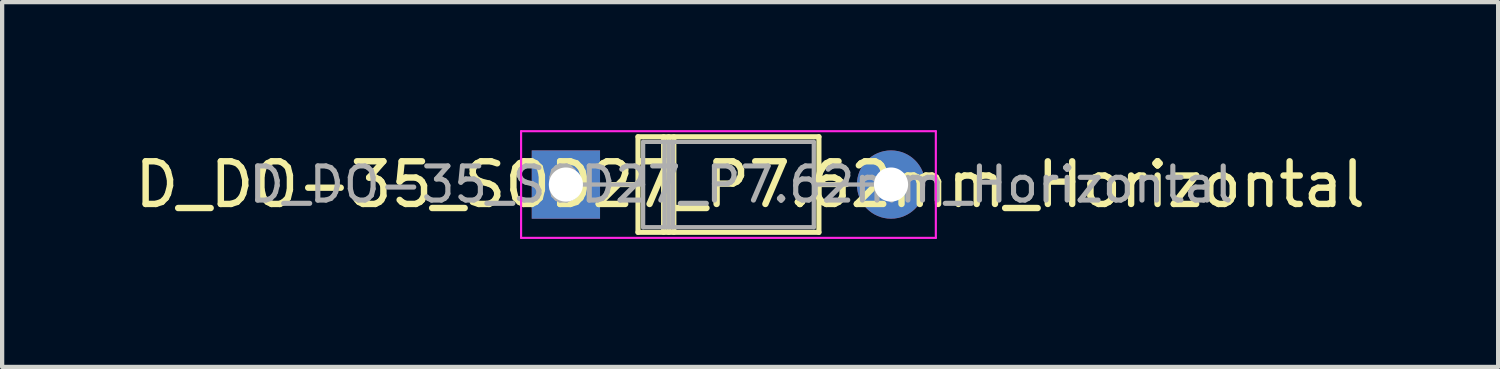
<source format=kicad_pcb>
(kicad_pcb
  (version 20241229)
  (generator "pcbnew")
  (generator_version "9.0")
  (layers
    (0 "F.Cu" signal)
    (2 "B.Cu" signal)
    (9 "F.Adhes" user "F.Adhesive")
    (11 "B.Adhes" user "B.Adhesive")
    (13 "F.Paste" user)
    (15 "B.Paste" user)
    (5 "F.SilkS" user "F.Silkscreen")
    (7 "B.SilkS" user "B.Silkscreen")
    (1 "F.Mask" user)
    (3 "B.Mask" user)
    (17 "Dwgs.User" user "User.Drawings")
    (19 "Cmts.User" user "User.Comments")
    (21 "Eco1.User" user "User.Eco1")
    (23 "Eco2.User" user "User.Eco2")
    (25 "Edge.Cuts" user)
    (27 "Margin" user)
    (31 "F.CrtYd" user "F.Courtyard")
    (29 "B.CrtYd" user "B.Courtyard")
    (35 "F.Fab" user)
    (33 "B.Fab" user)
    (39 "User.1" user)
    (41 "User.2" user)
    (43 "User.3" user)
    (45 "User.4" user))
  (footprint "D_DO-35_SOD27_P7.62mm_Horizontal"
    (layer "F.Cu")
    (at 10.212 1.275)
    (property "Reference" "D_DO-35_SOD27_P7.62mm_Horizontal" (at 4.318 0 0) (layer "F.SilkS") (effects (font (size 1 1) (thickness 0.15))))
    (attr through_hole)
    (fp_line (start 1.04 0) (end 1.69 0) (stroke (width 0.12) (type solid)) (layer "F.SilkS"))
    (fp_line (start 1.69 -1.12) (end 1.69 1.12) (stroke (width 0.12) (type solid)) (layer "F.SilkS"))
    (fp_line (start 1.69 1.12) (end 5.93 1.12) (stroke (width 0.12) (type solid)) (layer "F.SilkS"))
    (fp_line (start 2.29 -1.12) (end 2.29 1.12) (stroke (width 0.12) (type solid)) (layer "F.SilkS"))
    (fp_line (start 2.41 -1.12) (end 2.41 1.12) (stroke (width 0.12) (type solid)) (layer "F.SilkS"))
    (fp_line (start 2.53 -1.12) (end 2.53 1.12) (stroke (width 0.12) (type solid)) (layer "F.SilkS"))
    (fp_line (start 5.93 -1.12) (end 1.69 -1.12) (stroke (width 0.12) (type solid)) (layer "F.SilkS"))
    (fp_line (start 5.93 1.12) (end 5.93 -1.12) (stroke (width 0.12) (type solid)) (layer "F.SilkS"))
    (fp_line (start 6.58 0) (end 5.93 0) (stroke (width 0.12) (type solid)) (layer "F.SilkS"))
    (fp_line (start -1.05 -1.25) (end -1.05 1.25) (stroke (width 0.05) (type solid)) (layer "F.CrtYd"))
    (fp_line (start -1.05 1.25) (end 8.67 1.25) (stroke (width 0.05) (type solid)) (layer "F.CrtYd"))
    (fp_line (start 8.67 -1.25) (end -1.05 -1.25) (stroke (width 0.05) (type solid)) (layer "F.CrtYd"))
    (fp_line (start 8.67 1.25) (end 8.67 -1.25) (stroke (width 0.05) (type solid)) (layer "F.CrtYd"))
    (fp_line (start 0 0) (end 1.81 0) (stroke (width 0.1) (type solid)) (layer "F.Fab"))
    (fp_line (start 1.81 -1) (end 1.81 1) (stroke (width 0.1) (type solid)) (layer "F.Fab"))
    (fp_line (start 1.81 1) (end 5.81 1) (stroke (width 0.1) (type solid)) (layer "F.Fab"))
    (fp_line (start 2.31 -1) (end 2.31 1) (stroke (width 0.1) (type solid)) (layer "F.Fab"))
    (fp_line (start 2.41 -1) (end 2.41 1) (stroke (width 0.1) (type solid)) (layer "F.Fab"))
    (fp_line (start 2.51 -1) (end 2.51 1) (stroke (width 0.1) (type solid)) (layer "F.Fab"))
    (fp_line (start 5.81 -1) (end 1.81 -1) (stroke (width 0.1) (type solid)) (layer "F.Fab"))
    (fp_line (start 5.81 1) (end 5.81 -1) (stroke (width 0.1) (type solid)) (layer "F.Fab"))
    (fp_line (start 7.62 0) (end 5.81 0) (stroke (width 0.1) (type solid)) (layer "F.Fab"))
    (fp_text user "${REFERENCE}" (at 4.11 0 0) (layer "F.Fab") (effects (font (size 0.8 0.8) (thickness 0.12))))
    (pad "1" thru_hole rect (at 0 0) (size 1.6 1.6) (drill 0.8) (layers "*.Cu" "*.Mask"))
    (pad "2" thru_hole oval (at 7.62 0) (size 1.6 1.6) (drill 0.8) (layers "*.Cu" "*.Mask")))
  (gr_rect
    (start -3 -3)
    (end 32.06 5.55)
    (stroke (width 0.1) (type default))
    (fill no)
    (layer "Edge.Cuts")))
</source>
